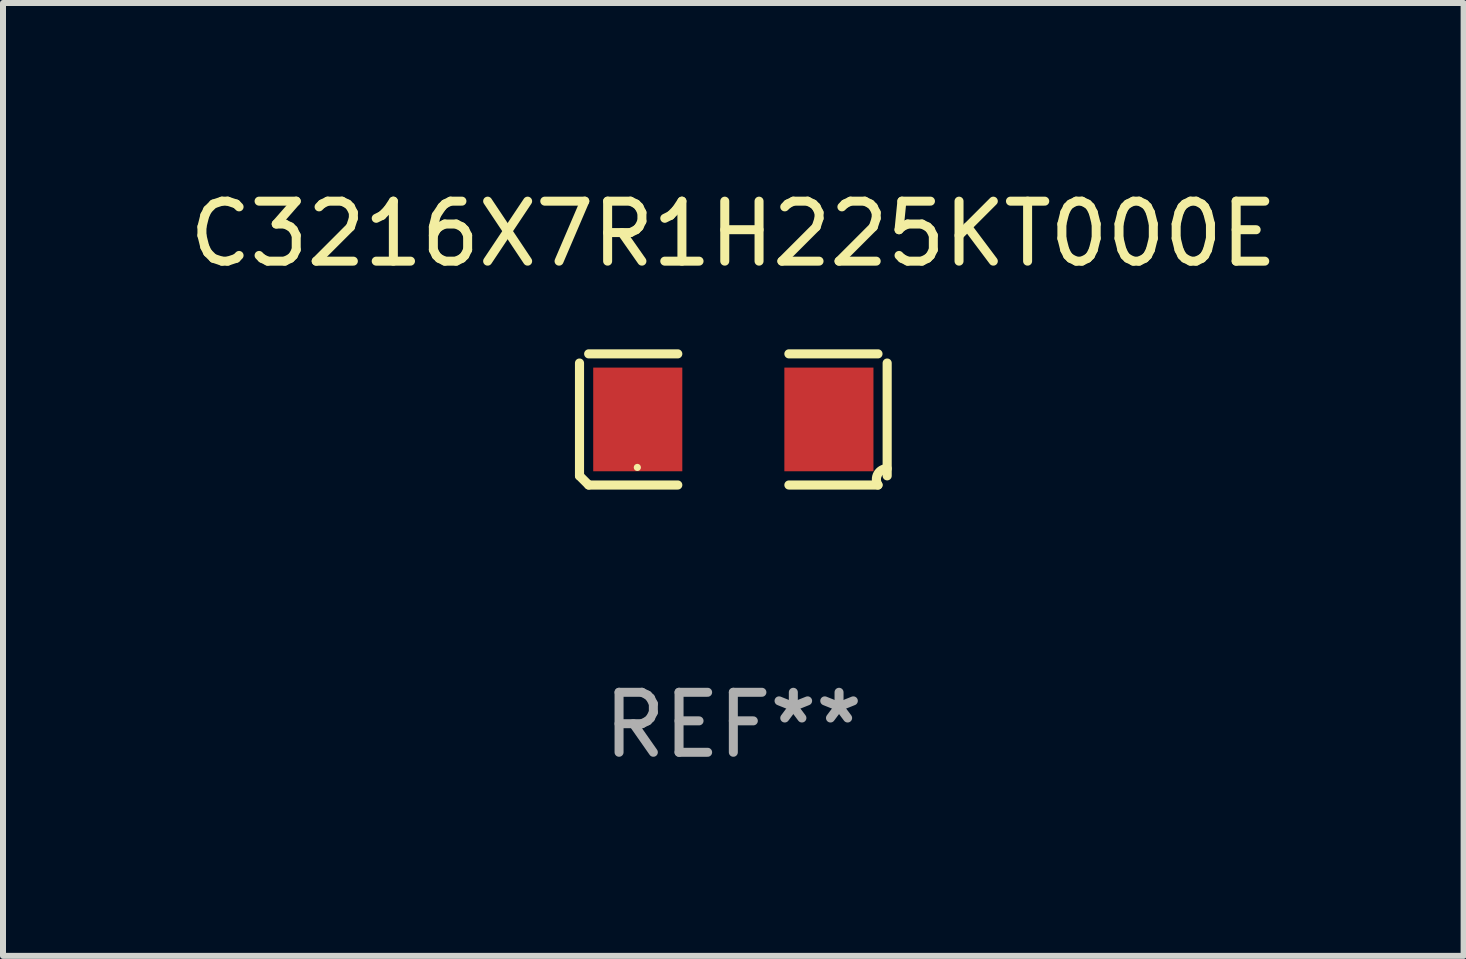
<source format=kicad_pcb>
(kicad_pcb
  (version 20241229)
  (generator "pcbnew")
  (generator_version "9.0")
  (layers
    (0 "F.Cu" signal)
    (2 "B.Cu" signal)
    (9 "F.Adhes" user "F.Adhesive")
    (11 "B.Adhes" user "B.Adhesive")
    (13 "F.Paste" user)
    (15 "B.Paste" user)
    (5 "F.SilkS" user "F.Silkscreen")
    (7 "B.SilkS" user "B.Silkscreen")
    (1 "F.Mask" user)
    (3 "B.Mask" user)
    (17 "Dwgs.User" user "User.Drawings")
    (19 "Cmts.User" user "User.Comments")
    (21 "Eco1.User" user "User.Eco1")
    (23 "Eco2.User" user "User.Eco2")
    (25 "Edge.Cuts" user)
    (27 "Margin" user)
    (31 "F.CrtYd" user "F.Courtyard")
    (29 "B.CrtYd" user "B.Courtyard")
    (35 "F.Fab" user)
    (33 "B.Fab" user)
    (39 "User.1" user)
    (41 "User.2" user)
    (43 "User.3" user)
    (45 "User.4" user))
  (footprint "C3216X7R1H225KT000E"
    (layer "F.Cu")
    (at 9.173 3.941)
    (property "Reference" "C3216X7R1H225KT000E" (at 0 -3.093 0) (layer "F.SilkS") (effects (font (size 1 1) (thickness 0.15))))
    (attr through_hole)
    (fp_line (start -2.564 0.94) (end -2.564 -0.94) (stroke (width 0.152) (type solid)) (layer "F.SilkS"))
    (fp_line (start -2.411 -1.093) (end -0.926 -1.093) (stroke (width 0.152) (type solid)) (layer "F.SilkS"))
    (fp_line (start -0.926 1.093) (end -2.411 1.093) (stroke (width 0.152) (type solid)) (layer "F.SilkS"))
    (fp_line (start 0.926 1.093) (end 2.411 1.093) (stroke (width 0.152) (type solid)) (layer "F.SilkS"))
    (fp_line (start 2.411 -1.093) (end 0.926 -1.093) (stroke (width 0.152) (type solid)) (layer "F.SilkS"))
    (fp_line (start 2.564 0.94) (end 2.564 -0.94) (stroke (width 0.152) (type solid)) (layer "F.SilkS"))
    (fp_arc (start -2.411201 1.092609) (mid -2.487413 1.01642) (end -2.563602 0.940208) (stroke (width 0.1524) (type solid)) (layer "F.SilkS"))
    (fp_arc (start 2.411201 1.092609) (mid 2.407159 0.911226) (end 2.563602 0.819347) (stroke (width 0.1524) (type solid)) (layer "F.SilkS"))
    (fp_circle (center -1.6 0.8) (end -1.57 0.8) (stroke (width 0.06) (type solid)) (fill no) (layer "F.SilkS"))
    (fp_text user "REF**" (at 0 5.093 0) (layer "F.Fab") (effects (font (size 1 1) (thickness 0.15))))
    (pad "1" smd rect (at -1.593 0) (size 1.485 1.728) (layers "F.Cu" "F.Mask" "F.Paste"))
    (pad "2" smd rect (at 1.593 0) (size 1.485 1.728) (layers "F.Cu" "F.Mask" "F.Paste")))
  (gr_rect
    (start -3 -3)
    (end 21.345 12.882)
    (stroke (width 0.1) (type default))
    (fill no)
    (layer "Edge.Cuts")))
</source>
